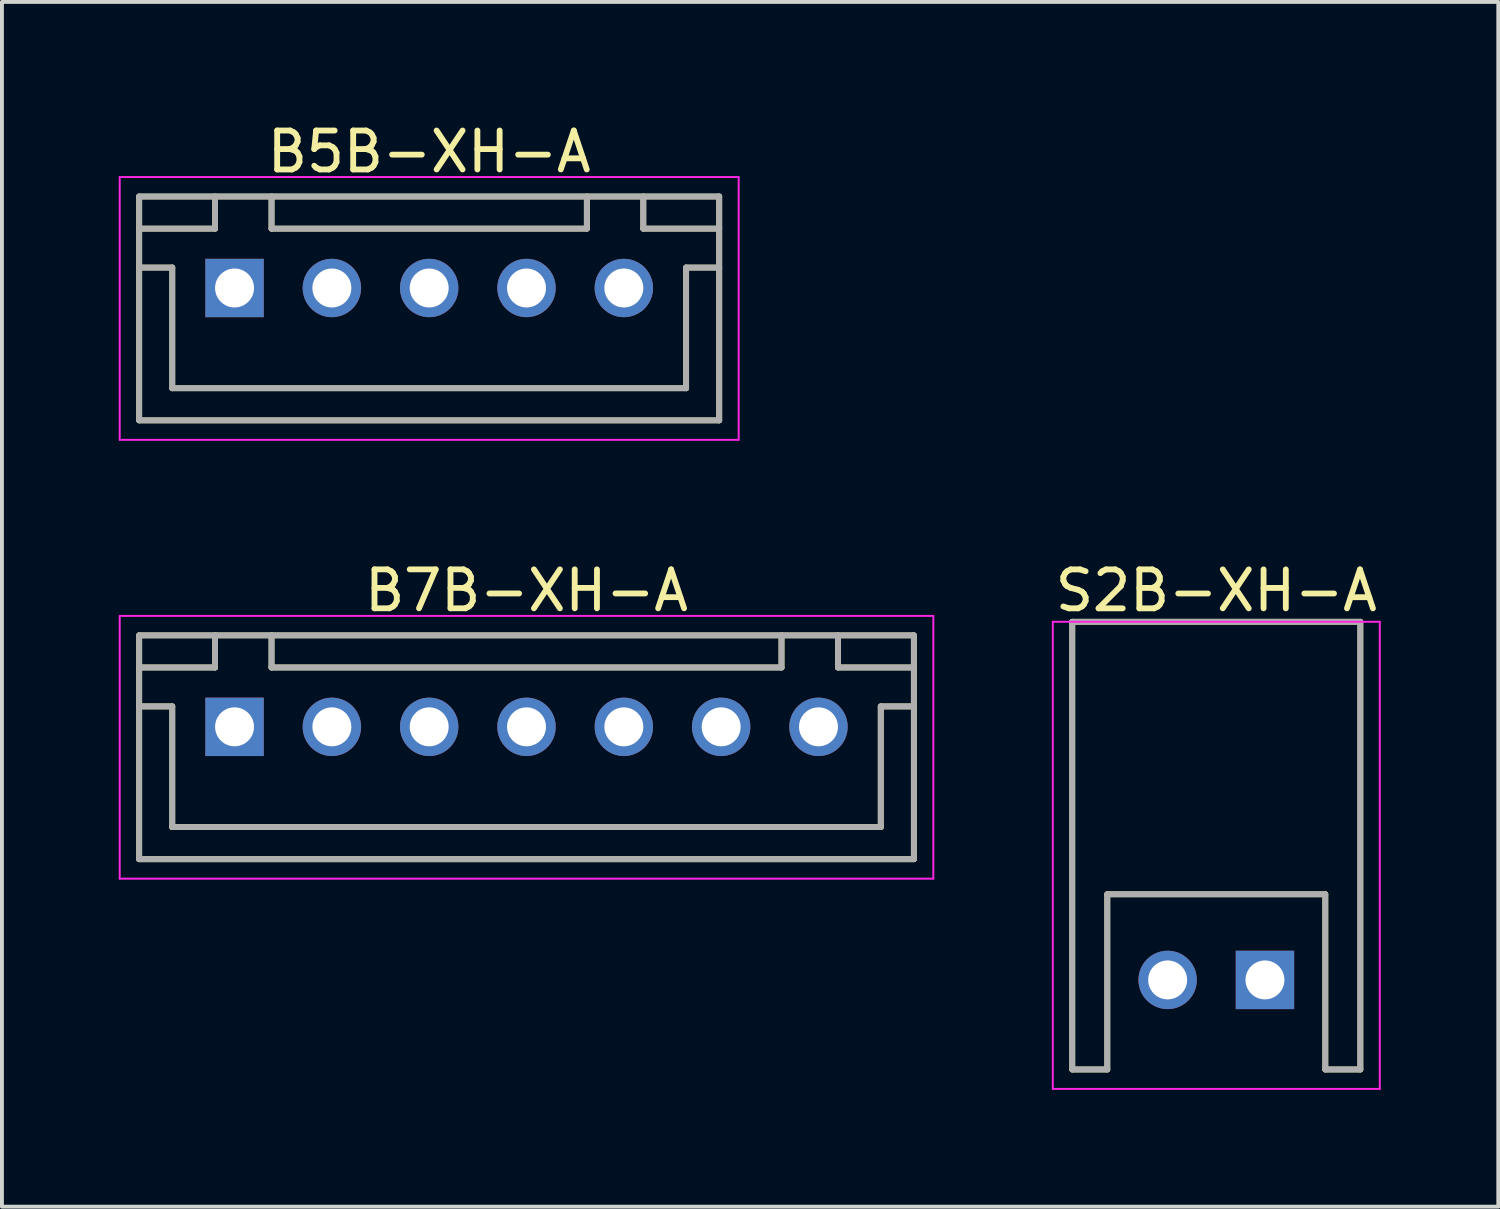
<source format=kicad_pcb>
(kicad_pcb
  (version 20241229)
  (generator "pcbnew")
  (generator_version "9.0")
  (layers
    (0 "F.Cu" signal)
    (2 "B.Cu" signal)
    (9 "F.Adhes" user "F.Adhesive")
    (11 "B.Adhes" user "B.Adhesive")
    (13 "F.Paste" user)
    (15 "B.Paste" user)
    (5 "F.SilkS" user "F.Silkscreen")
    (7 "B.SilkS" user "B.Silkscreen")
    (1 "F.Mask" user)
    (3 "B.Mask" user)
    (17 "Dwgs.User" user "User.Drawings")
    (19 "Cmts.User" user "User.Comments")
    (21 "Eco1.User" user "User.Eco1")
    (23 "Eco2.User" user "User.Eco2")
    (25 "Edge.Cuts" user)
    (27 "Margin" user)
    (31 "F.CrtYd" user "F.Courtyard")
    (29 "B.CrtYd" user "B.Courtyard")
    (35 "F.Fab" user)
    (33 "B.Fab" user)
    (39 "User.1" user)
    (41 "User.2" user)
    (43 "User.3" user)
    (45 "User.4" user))
  (footprint "B5B-XH-A"
    (layer "F.Cu")
    (at 7.975 4.348)
    (property "Reference" "B5B-XH-A" (at 0 -3.5 0) (layer "F.SilkS") (effects (font (size 1 1) (thickness 0.15))))
    (attr smd)
    (fp_line (start -7.45 -2.35) (end -7.45 3.4) (stroke (width 0.15) (type solid)) (layer "F.SilkS"))
    (fp_line (start -7.45 -2.35) (end 7.45 -2.35) (stroke (width 0.15) (type solid)) (layer "F.SilkS"))
    (fp_line (start -7.45 -1.525) (end -5.5 -1.525) (stroke (width 0.15) (type solid)) (layer "F.SilkS"))
    (fp_line (start -7.45 -0.525) (end -6.6 -0.525) (stroke (width 0.15) (type solid)) (layer "F.SilkS"))
    (fp_line (start -7.45 3.4) (end 7.45 3.4) (stroke (width 0.15) (type solid)) (layer "F.SilkS"))
    (fp_line (start -6.6 -0.525) (end -6.6 2.575) (stroke (width 0.15) (type solid)) (layer "F.SilkS"))
    (fp_line (start -6.6 2.575) (end 6.6 2.575) (stroke (width 0.15) (type solid)) (layer "F.SilkS"))
    (fp_line (start -5.5 -2.35) (end -5.5 -1.525) (stroke (width 0.15) (type solid)) (layer "F.SilkS"))
    (fp_line (start -4.05 -2.35) (end -4.05 -1.525) (stroke (width 0.15) (type solid)) (layer "F.SilkS"))
    (fp_line (start -4.05 -1.525) (end 4.05 -1.525) (stroke (width 0.15) (type solid)) (layer "F.SilkS"))
    (fp_line (start 4.05 -2.35) (end 4.05 -1.525) (stroke (width 0.15) (type solid)) (layer "F.SilkS"))
    (fp_line (start 5.5 -2.35) (end 5.5 -1.525) (stroke (width 0.15) (type solid)) (layer "F.SilkS"))
    (fp_line (start 5.5 -1.525) (end 7.45 -1.525) (stroke (width 0.15) (type solid)) (layer "F.SilkS"))
    (fp_line (start 6.6 -0.525) (end 6.6 2.575) (stroke (width 0.15) (type solid)) (layer "F.SilkS"))
    (fp_line (start 6.6 -0.525) (end 7.45 -0.525) (stroke (width 0.15) (type solid)) (layer "F.SilkS"))
    (fp_line (start 7.45 -2.35) (end 7.45 3.4) (stroke (width 0.15) (type solid)) (layer "F.SilkS"))
    (fp_line (start -7.95 -2.85) (end -7.95 3.9) (stroke (width 0.05) (type solid)) (layer "F.CrtYd"))
    (fp_line (start -7.95 -2.85) (end 7.95 -2.85) (stroke (width 0.05) (type solid)) (layer "F.CrtYd"))
    (fp_line (start -7.95 3.9) (end 7.95 3.9) (stroke (width 0.05) (type solid)) (layer "F.CrtYd"))
    (fp_line (start 7.95 -2.85) (end 7.95 3.9) (stroke (width 0.05) (type solid)) (layer "F.CrtYd"))
    (fp_line (start -7.45 -2.35) (end -7.45 3.4) (stroke (width 0.15) (type solid)) (layer "F.Fab"))
    (fp_line (start -7.45 -2.35) (end 7.45 -2.35) (stroke (width 0.15) (type solid)) (layer "F.Fab"))
    (fp_line (start -7.45 -1.525) (end -5.5 -1.525) (stroke (width 0.15) (type solid)) (layer "F.Fab"))
    (fp_line (start -7.45 -0.525) (end -6.6 -0.525) (stroke (width 0.15) (type solid)) (layer "F.Fab"))
    (fp_line (start -7.45 3.4) (end 7.45 3.4) (stroke (width 0.15) (type solid)) (layer "F.Fab"))
    (fp_line (start -6.6 -0.525) (end -6.6 2.575) (stroke (width 0.15) (type solid)) (layer "F.Fab"))
    (fp_line (start -6.6 2.575) (end 6.6 2.575) (stroke (width 0.15) (type solid)) (layer "F.Fab"))
    (fp_line (start -5.5 -2.35) (end -5.5 -1.525) (stroke (width 0.15) (type solid)) (layer "F.Fab"))
    (fp_line (start -4.05 -2.35) (end -4.05 -1.525) (stroke (width 0.15) (type solid)) (layer "F.Fab"))
    (fp_line (start -4.05 -1.525) (end 4.05 -1.525) (stroke (width 0.15) (type solid)) (layer "F.Fab"))
    (fp_line (start 4.05 -2.35) (end 4.05 -1.525) (stroke (width 0.15) (type solid)) (layer "F.Fab"))
    (fp_line (start 5.5 -2.35) (end 5.5 -1.525) (stroke (width 0.15) (type solid)) (layer "F.Fab"))
    (fp_line (start 5.5 -1.525) (end 7.45 -1.525) (stroke (width 0.15) (type solid)) (layer "F.Fab"))
    (fp_line (start 6.6 -0.525) (end 6.6 2.575) (stroke (width 0.15) (type solid)) (layer "F.Fab"))
    (fp_line (start 6.6 -0.525) (end 7.45 -0.525) (stroke (width 0.15) (type solid)) (layer "F.Fab"))
    (fp_line (start 7.45 -2.35) (end 7.45 3.4) (stroke (width 0.15) (type solid)) (layer "F.Fab"))
    (pad "1" thru_hole rect (at -5 0) (size 1.5 1.5) (drill 1) (layers "*.Cu" "*.Mask"))
    (pad "2" thru_hole circle (at -2.5 0) (size 1.5 1.5) (drill 1) (layers "*.Cu" "*.Mask"))
    (pad "3" thru_hole circle (at 0 0) (size 1.5 1.5) (drill 1) (layers "*.Cu" "*.Mask"))
    (pad "4" thru_hole circle (at 2.5 0) (size 1.5 1.5) (drill 1) (layers "*.Cu" "*.Mask"))
    (pad "5" thru_hole circle (at 5 0) (size 1.5 1.5) (drill 1) (layers "*.Cu" "*.Mask")))
  (footprint "S2B-XH-A"
    (layer "F.Cu")
    (at 28.194 22.122)
    (property "Reference" "S2B-XH-A" (at 0 -10 0) (layer "F.SilkS") (effects (font (size 1 1) (thickness 0.15))))
    (attr smd)
    (fp_line (start -3.7 -9.2) (end -3.7 2.3) (stroke (width 0.15) (type solid)) (layer "F.SilkS"))
    (fp_line (start -3.7 -9.2) (end 3.7 -9.2) (stroke (width 0.15) (type solid)) (layer "F.SilkS"))
    (fp_line (start -3.7 2.3) (end -2.8 2.3) (stroke (width 0.15) (type solid)) (layer "F.SilkS"))
    (fp_line (start -2.8 -2.2) (end -2.8 2.3) (stroke (width 0.15) (type solid)) (layer "F.SilkS"))
    (fp_line (start -2.8 -2.2) (end 2.8 -2.2) (stroke (width 0.15) (type solid)) (layer "F.SilkS"))
    (fp_line (start 2.8 -2.2) (end 2.8 2.3) (stroke (width 0.15) (type solid)) (layer "F.SilkS"))
    (fp_line (start 2.8 2.3) (end 3.7 2.3) (stroke (width 0.15) (type solid)) (layer "F.SilkS"))
    (fp_line (start 3.7 -9.2) (end 3.7 2.3) (stroke (width 0.15) (type solid)) (layer "F.SilkS"))
    (fp_line (start -4.2 -9.2) (end -4.2 2.8) (stroke (width 0.05) (type solid)) (layer "F.CrtYd"))
    (fp_line (start -4.2 -9.2) (end 4.2 -9.2) (stroke (width 0.05) (type solid)) (layer "F.CrtYd"))
    (fp_line (start -4.2 2.8) (end 4.2 2.8) (stroke (width 0.05) (type solid)) (layer "F.CrtYd"))
    (fp_line (start 4.2 -9.2) (end 4.2 2.8) (stroke (width 0.05) (type solid)) (layer "F.CrtYd"))
    (fp_line (start -3.7 -9.2) (end -3.7 2.3) (stroke (width 0.15) (type solid)) (layer "F.Fab"))
    (fp_line (start -3.7 -9.2) (end 3.7 -9.2) (stroke (width 0.15) (type solid)) (layer "F.Fab"))
    (fp_line (start -3.7 2.3) (end -2.8 2.3) (stroke (width 0.15) (type solid)) (layer "F.Fab"))
    (fp_line (start -2.8 -2.2) (end -2.8 2.3) (stroke (width 0.15) (type solid)) (layer "F.Fab"))
    (fp_line (start -2.8 -2.2) (end 2.8 -2.2) (stroke (width 0.15) (type solid)) (layer "F.Fab"))
    (fp_line (start 2.8 -2.2) (end 2.8 2.3) (stroke (width 0.15) (type solid)) (layer "F.Fab"))
    (fp_line (start 2.8 2.3) (end 3.7 2.3) (stroke (width 0.15) (type solid)) (layer "F.Fab"))
    (fp_line (start 3.7 -9.2) (end 3.7 2.3) (stroke (width 0.15) (type solid)) (layer "F.Fab"))
    (pad "1" thru_hole rect (at 1.25 0 180) (size 1.5 1.5) (drill 1) (layers "*.Cu" "*.Mask"))
    (pad "2" thru_hole circle (at -1.25 0 180) (size 1.5 1.5) (drill 1) (layers "*.Cu" "*.Mask")))
  (footprint "B7B-XH-A"
    (layer "F.Cu")
    (at 10.475 15.621)
    (property "Reference" "B7B-XH-A" (at 0 -3.5 0) (layer "F.SilkS") (effects (font (size 1 1) (thickness 0.15))))
    (attr smd)
    (fp_line (start -9.95 -2.35) (end -9.95 3.4) (stroke (width 0.15) (type solid)) (layer "F.SilkS"))
    (fp_line (start -9.95 -2.35) (end 9.95 -2.35) (stroke (width 0.15) (type solid)) (layer "F.SilkS"))
    (fp_line (start -9.95 -1.525) (end -8 -1.525) (stroke (width 0.15) (type solid)) (layer "F.SilkS"))
    (fp_line (start -9.95 -0.525) (end -9.1 -0.525) (stroke (width 0.15) (type solid)) (layer "F.SilkS"))
    (fp_line (start -9.95 3.4) (end 9.95 3.4) (stroke (width 0.15) (type solid)) (layer "F.SilkS"))
    (fp_line (start -9.1 -0.525) (end -9.1 2.575) (stroke (width 0.15) (type solid)) (layer "F.SilkS"))
    (fp_line (start -9.1 2.575) (end 9.1 2.575) (stroke (width 0.15) (type solid)) (layer "F.SilkS"))
    (fp_line (start -8 -2.35) (end -8 -1.525) (stroke (width 0.15) (type solid)) (layer "F.SilkS"))
    (fp_line (start -6.55 -2.35) (end -6.55 -1.525) (stroke (width 0.15) (type solid)) (layer "F.SilkS"))
    (fp_line (start -6.55 -1.525) (end 6.55 -1.525) (stroke (width 0.15) (type solid)) (layer "F.SilkS"))
    (fp_line (start 6.55 -2.35) (end 6.55 -1.525) (stroke (width 0.15) (type solid)) (layer "F.SilkS"))
    (fp_line (start 8 -2.35) (end 8 -1.525) (stroke (width 0.15) (type solid)) (layer "F.SilkS"))
    (fp_line (start 8 -1.525) (end 9.95 -1.525) (stroke (width 0.15) (type solid)) (layer "F.SilkS"))
    (fp_line (start 9.1 -0.525) (end 9.1 2.575) (stroke (width 0.15) (type solid)) (layer "F.SilkS"))
    (fp_line (start 9.1 -0.525) (end 9.95 -0.525) (stroke (width 0.15) (type solid)) (layer "F.SilkS"))
    (fp_line (start 9.95 -2.35) (end 9.95 3.4) (stroke (width 0.15) (type solid)) (layer "F.SilkS"))
    (fp_line (start -10.45 -2.85) (end -10.45 3.9) (stroke (width 0.05) (type solid)) (layer "F.CrtYd"))
    (fp_line (start -10.45 -2.85) (end 10.45 -2.85) (stroke (width 0.05) (type solid)) (layer "F.CrtYd"))
    (fp_line (start -10.45 3.9) (end 10.45 3.9) (stroke (width 0.05) (type solid)) (layer "F.CrtYd"))
    (fp_line (start 10.45 -2.85) (end 10.45 3.9) (stroke (width 0.05) (type solid)) (layer "F.CrtYd"))
    (fp_line (start -9.95 -2.35) (end -9.95 3.4) (stroke (width 0.15) (type solid)) (layer "F.Fab"))
    (fp_line (start -9.95 -2.35) (end 9.95 -2.35) (stroke (width 0.15) (type solid)) (layer "F.Fab"))
    (fp_line (start -9.95 -1.525) (end -8 -1.525) (stroke (width 0.15) (type solid)) (layer "F.Fab"))
    (fp_line (start -9.95 -0.525) (end -9.1 -0.525) (stroke (width 0.15) (type solid)) (layer "F.Fab"))
    (fp_line (start -9.95 3.4) (end 9.95 3.4) (stroke (width 0.15) (type solid)) (layer "F.Fab"))
    (fp_line (start -9.1 -0.525) (end -9.1 2.575) (stroke (width 0.15) (type solid)) (layer "F.Fab"))
    (fp_line (start -9.1 2.575) (end 9.1 2.575) (stroke (width 0.15) (type solid)) (layer "F.Fab"))
    (fp_line (start -8 -2.35) (end -8 -1.525) (stroke (width 0.15) (type solid)) (layer "F.Fab"))
    (fp_line (start -6.55 -2.35) (end -6.55 -1.525) (stroke (width 0.15) (type solid)) (layer "F.Fab"))
    (fp_line (start -6.55 -1.525) (end 6.55 -1.525) (stroke (width 0.15) (type solid)) (layer "F.Fab"))
    (fp_line (start 6.55 -2.35) (end 6.55 -1.525) (stroke (width 0.15) (type solid)) (layer "F.Fab"))
    (fp_line (start 8 -2.35) (end 8 -1.525) (stroke (width 0.15) (type solid)) (layer "F.Fab"))
    (fp_line (start 8 -1.525) (end 9.95 -1.525) (stroke (width 0.15) (type solid)) (layer "F.Fab"))
    (fp_line (start 9.1 -0.525) (end 9.1 2.575) (stroke (width 0.15) (type solid)) (layer "F.Fab"))
    (fp_line (start 9.1 -0.525) (end 9.95 -0.525) (stroke (width 0.15) (type solid)) (layer "F.Fab"))
    (fp_line (start 9.95 -2.35) (end 9.95 3.4) (stroke (width 0.15) (type solid)) (layer "F.Fab"))
    (pad "1" thru_hole rect (at -7.5 0) (size 1.5 1.5) (drill 1) (layers "*.Cu" "*.Mask"))
    (pad "2" thru_hole circle (at -5 0) (size 1.5 1.5) (drill 1) (layers "*.Cu" "*.Mask"))
    (pad "3" thru_hole circle (at -2.5 0) (size 1.5 1.5) (drill 1) (layers "*.Cu" "*.Mask"))
    (pad "4" thru_hole circle (at 0 0) (size 1.5 1.5) (drill 1) (layers "*.Cu" "*.Mask"))
    (pad "5" thru_hole circle (at 2.5 0) (size 1.5 1.5) (drill 1) (layers "*.Cu" "*.Mask"))
    (pad "6" thru_hole circle (at 5 0) (size 1.5 1.5) (drill 1) (layers "*.Cu" "*.Mask"))
    (pad "7" thru_hole circle (at 7.5 0) (size 1.5 1.5) (drill 1) (layers "*.Cu" "*.Mask")))
  (gr_rect
    (start -3 -3)
    (end 35.438 27.947)
    (stroke (width 0.1) (type default))
    (fill no)
    (layer "Edge.Cuts")))
</source>
